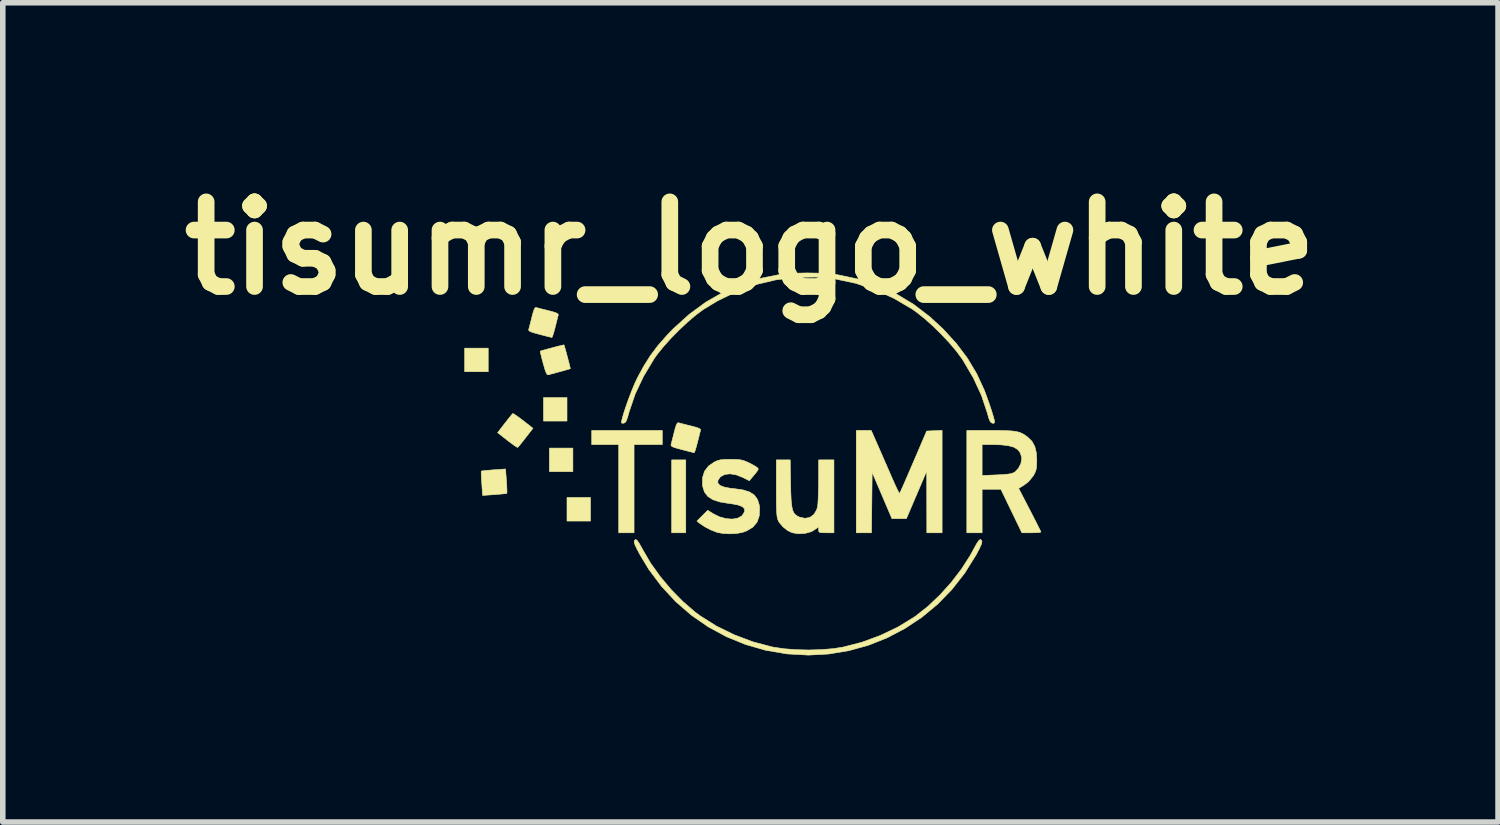
<source format=kicad_pcb>
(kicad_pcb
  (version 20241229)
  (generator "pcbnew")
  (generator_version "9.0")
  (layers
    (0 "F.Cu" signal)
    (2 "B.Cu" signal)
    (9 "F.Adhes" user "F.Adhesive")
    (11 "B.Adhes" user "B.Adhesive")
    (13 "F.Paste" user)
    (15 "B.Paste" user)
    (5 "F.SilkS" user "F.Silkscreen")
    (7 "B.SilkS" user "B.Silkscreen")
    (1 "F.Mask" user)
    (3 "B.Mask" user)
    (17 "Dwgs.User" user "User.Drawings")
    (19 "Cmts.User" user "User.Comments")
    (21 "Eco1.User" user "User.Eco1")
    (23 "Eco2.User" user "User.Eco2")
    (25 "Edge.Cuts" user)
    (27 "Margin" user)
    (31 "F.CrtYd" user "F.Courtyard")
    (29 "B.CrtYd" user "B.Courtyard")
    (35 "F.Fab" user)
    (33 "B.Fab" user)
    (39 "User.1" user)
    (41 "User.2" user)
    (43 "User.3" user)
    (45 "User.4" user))
  (footprint "tisumr_logo_white"
    (layer "F.Cu")
    (at 10.458 5.228)
    (property "Reference" "tisumr_logo_white" (at 0 -3.81 0) (layer "F.SilkS") (effects (font (size 1.524 1.524) (thickness 0.3))))
    (attr through_hole)
    (fp_poly (pts (xy -4.72 -1.587) (xy -5.144 -1.587) (xy -5.144 -2.011) (xy -4.72 -2.011) (xy -4.72 -1.587)) (stroke (width 0.01) (type solid)) (fill yes) (layer "F.SilkS"))
    (fp_poly (pts (xy -3.302 -0.699) (xy -3.725 -0.699) (xy -3.725 -1.122) (xy -3.302 -1.122) (xy -3.302 -0.699)) (stroke (width 0.01) (type solid)) (fill yes) (layer "F.SilkS"))
    (fp_poly (pts (xy -3.196 0.212) (xy -3.619 0.212) (xy -3.619 -0.212) (xy -3.196 -0.212) (xy -3.196 0.212)) (stroke (width 0.01) (type solid)) (fill yes) (layer "F.SilkS"))
    (fp_poly (pts (xy -2.879 1.101) (xy -3.302 1.101) (xy -3.302 0.677) (xy -2.879 0.677) (xy -2.879 1.101)) (stroke (width 0.01) (type solid)) (fill yes) (layer "F.SilkS"))
    (fp_poly (pts (xy -1.164 1.312) (xy -1.418 1.312) (xy -1.418 0) (xy -1.164 0) (xy -1.164 1.312)) (stroke (width 0.01) (type solid)) (fill yes) (layer "F.SilkS"))
    (fp_poly (pts (xy -1.587 -0.275) (xy -2.095 -0.275) (xy -2.095 1.312) (xy -2.371 1.312) (xy -2.371 -0.275) (xy -2.857 -0.275) (xy -2.857 -0.529) (xy -1.587 -0.529) (xy -1.587 -0.275)) (stroke (width 0.01) (type solid)) (fill yes) (layer "F.SilkS"))
    (fp_poly (pts (xy -4.392 0.38) (xy -4.386 0.47) (xy -4.383 0.544) (xy -4.383 0.59) (xy -4.384 0.602) (xy -4.407 0.607) (xy -4.463 0.613) (xy -4.543 0.62) (xy -4.607 0.625) (xy -4.821 0.64) (xy -4.836 0.425) (xy -4.842 0.334) (xy -4.845 0.261) (xy -4.846 0.214) (xy -4.844 0.202) (xy -4.821 0.197) (xy -4.765 0.191) (xy -4.686 0.184) (xy -4.622 0.179) (xy -4.408 0.164) (xy -4.392 0.38)) (stroke (width 0.01) (type solid)) (fill yes) (layer "F.SilkS"))
    (fp_poly (pts (xy -4.257 -0.826) (xy -4.211 -0.795) (xy -4.146 -0.749) (xy -4.09 -0.706) (xy -3.915 -0.569) (xy -4.046 -0.4) (xy -4.102 -0.328) (xy -4.149 -0.27) (xy -4.18 -0.233) (xy -4.189 -0.224) (xy -4.21 -0.233) (xy -4.256 -0.263) (xy -4.32 -0.31) (xy -4.376 -0.353) (xy -4.551 -0.49) (xy -4.421 -0.658) (xy -4.365 -0.73) (xy -4.318 -0.788) (xy -4.287 -0.825) (xy -4.278 -0.835) (xy -4.257 -0.826)) (stroke (width 0.01) (type solid)) (fill yes) (layer "F.SilkS"))
    (fp_poly (pts (xy -3.348 -2.045) (xy -3.332 -1.991) (xy -3.312 -1.919) (xy -3.291 -1.839) (xy -3.27 -1.76) (xy -3.254 -1.695) (xy -3.244 -1.652) (xy -3.243 -1.641) (xy -3.265 -1.634) (xy -3.318 -1.619) (xy -3.392 -1.598) (xy -3.429 -1.588) (xy -3.514 -1.565) (xy -3.585 -1.546) (xy -3.632 -1.533) (xy -3.641 -1.531) (xy -3.658 -1.537) (xy -3.677 -1.568) (xy -3.7 -1.63) (xy -3.728 -1.728) (xy -3.731 -1.738) (xy -3.755 -1.827) (xy -3.772 -1.898) (xy -3.783 -1.944) (xy -3.784 -1.957) (xy -3.759 -1.966) (xy -3.705 -1.981) (xy -3.633 -2.001) (xy -3.553 -2.022) (xy -3.475 -2.043) (xy -3.409 -2.059) (xy -3.367 -2.069) (xy -3.356 -2.07) (xy -3.348 -2.045)) (stroke (width 0.01) (type solid)) (fill yes) (layer "F.SilkS"))
    (fp_poly (pts (xy 3.45 1.312) (xy 3.175 1.312) (xy 3.173 0.201) (xy 2.807 1.058) (xy 2.547 1.058) (xy 2.369 0.641) (xy 2.191 0.224) (xy 2.185 0.768) (xy 2.179 1.312) (xy 1.905 1.312) (xy 1.905 -0.529) (xy 2.175 -0.529) (xy 2.312 -0.217) (xy 2.371 -0.083) (xy 2.435 0.064) (xy 2.498 0.208) (xy 2.552 0.332) (xy 2.562 0.355) (xy 2.604 0.449) (xy 2.64 0.526) (xy 2.668 0.58) (xy 2.683 0.603) (xy 2.685 0.603) (xy 2.696 0.581) (xy 2.721 0.526) (xy 2.759 0.441) (xy 2.806 0.333) (xy 2.861 0.206) (xy 2.922 0.064) (xy 2.934 0.037) (xy 3.172 -0.519) (xy 3.311 -0.525) (xy 3.45 -0.531) (xy 3.45 1.312)) (stroke (width 0.01) (type solid)) (fill yes) (layer "F.SilkS"))
    (fp_poly (pts (xy -3.855 -2.743) (xy -3.82 -2.733) (xy -3.755 -2.716) (xy -3.672 -2.696) (xy -3.635 -2.686) (xy -3.545 -2.662) (xy -3.489 -2.643) (xy -3.463 -2.626) (xy -3.459 -2.608) (xy -3.459 -2.606) (xy -3.469 -2.571) (xy -3.485 -2.506) (xy -3.506 -2.423) (xy -3.515 -2.387) (xy -3.537 -2.305) (xy -3.556 -2.243) (xy -3.57 -2.208) (xy -3.574 -2.203) (xy -3.599 -2.209) (xy -3.656 -2.223) (xy -3.735 -2.243) (xy -3.795 -2.259) (xy -3.891 -2.285) (xy -3.952 -2.305) (xy -3.984 -2.323) (xy -3.993 -2.34) (xy -3.991 -2.347) (xy -3.982 -2.382) (xy -3.965 -2.447) (xy -3.944 -2.53) (xy -3.935 -2.567) (xy -3.911 -2.657) (xy -3.892 -2.712) (xy -3.875 -2.739) (xy -3.857 -2.743) (xy -3.855 -2.743)) (stroke (width 0.01) (type solid)) (fill yes) (layer "F.SilkS"))
    (fp_poly (pts (xy -1.294 -0.668) (xy -1.259 -0.659) (xy -1.194 -0.642) (xy -1.111 -0.621) (xy -1.074 -0.612) (xy -0.983 -0.588) (xy -0.928 -0.569) (xy -0.902 -0.552) (xy -0.898 -0.533) (xy -0.898 -0.532) (xy -0.908 -0.497) (xy -0.924 -0.432) (xy -0.945 -0.349) (xy -0.954 -0.312) (xy -0.976 -0.231) (xy -0.995 -0.168) (xy -1.009 -0.133) (xy -1.013 -0.129) (xy -1.038 -0.135) (xy -1.095 -0.149) (xy -1.173 -0.169) (xy -1.234 -0.185) (xy -1.33 -0.211) (xy -1.391 -0.231) (xy -1.422 -0.249) (xy -1.431 -0.266) (xy -1.43 -0.272) (xy -1.421 -0.308) (xy -1.404 -0.373) (xy -1.383 -0.455) (xy -1.374 -0.493) (xy -1.35 -0.583) (xy -1.331 -0.638) (xy -1.314 -0.664) (xy -1.295 -0.669) (xy -1.294 -0.668)) (stroke (width 0.01) (type solid)) (fill yes) (layer "F.SilkS"))
    (fp_poly (pts (xy 0.723 0.429) (xy 0.727 0.596) (xy 0.733 0.726) (xy 0.743 0.824) (xy 0.757 0.897) (xy 0.778 0.949) (xy 0.807 0.985) (xy 0.845 1.012) (xy 0.883 1.03) (xy 0.982 1.052) (xy 1.07 1.035) (xy 1.142 0.983) (xy 1.192 0.899) (xy 1.208 0.842) (xy 1.214 0.791) (xy 1.219 0.707) (xy 1.223 0.598) (xy 1.226 0.474) (xy 1.227 0.376) (xy 1.228 0) (xy 1.503 0) (xy 1.503 1.312) (xy 1.365 1.312) (xy 1.291 1.311) (xy 1.25 1.306) (xy 1.232 1.293) (xy 1.228 1.268) (xy 1.228 1.256) (xy 1.225 1.218) (xy 1.211 1.216) (xy 1.19 1.234) (xy 1.099 1.291) (xy 0.985 1.323) (xy 0.861 1.33) (xy 0.751 1.311) (xy 0.67 1.272) (xy 0.588 1.207) (xy 0.522 1.131) (xy 0.5 1.093) (xy 0.489 1.063) (xy 0.48 1.024) (xy 0.474 0.969) (xy 0.47 0.894) (xy 0.467 0.792) (xy 0.466 0.658) (xy 0.466 0.51) (xy 0.466 0) (xy 0.716 0) (xy 0.723 0.429)) (stroke (width 0.01) (type solid)) (fill yes) (layer "F.SilkS"))
    (fp_poly (pts (xy 4.491 -0.529) (xy 4.618 -0.526) (xy 4.715 -0.52) (xy 4.791 -0.509) (xy 4.851 -0.493) (xy 4.902 -0.47) (xy 4.952 -0.438) (xy 4.989 -0.411) (xy 5.068 -0.334) (xy 5.119 -0.241) (xy 5.147 -0.124) (xy 5.154 0) (xy 5.152 0.094) (xy 5.146 0.159) (xy 5.13 0.212) (xy 5.103 0.266) (xy 5.094 0.283) (xy 5.009 0.389) (xy 4.931 0.449) (xy 4.828 0.513) (xy 5.028 0.899) (xy 5.088 1.015) (xy 5.141 1.119) (xy 5.184 1.205) (xy 5.214 1.265) (xy 5.228 1.296) (xy 5.228 1.298) (xy 5.209 1.305) (xy 5.157 1.31) (xy 5.083 1.312) (xy 5.057 1.312) (xy 4.886 1.312) (xy 4.697 0.921) (xy 4.508 0.529) (xy 4.17 0.529) (xy 4.17 1.312) (xy 3.895 1.312) (xy 3.895 -0.275) (xy 4.17 -0.275) (xy 4.17 0.281) (xy 4.437 0.27) (xy 4.555 0.264) (xy 4.639 0.256) (xy 4.697 0.246) (xy 4.737 0.231) (xy 4.76 0.218) (xy 4.825 0.15) (xy 4.869 0.063) (xy 4.883 -0.025) (xy 4.88 -0.054) (xy 4.855 -0.13) (xy 4.81 -0.187) (xy 4.741 -0.229) (xy 4.642 -0.256) (xy 4.51 -0.271) (xy 4.357 -0.275) (xy 4.17 -0.275) (xy 3.895 -0.275) (xy 3.895 -0.529) (xy 4.329 -0.529) (xy 4.491 -0.529)) (stroke (width 0.01) (type solid)) (fill yes) (layer "F.SilkS"))
    (fp_poly (pts (xy 4.141 1.433) (xy 4.162 1.449) (xy 4.167 1.478) (xy 4.153 1.527) (xy 4.12 1.6) (xy 4.066 1.702) (xy 4.058 1.716) (xy 3.857 2.038) (xy 3.626 2.333) (xy 3.368 2.598) (xy 3.086 2.832) (xy 2.782 3.034) (xy 2.46 3.203) (xy 2.123 3.337) (xy 1.772 3.434) (xy 1.41 3.494) (xy 1.042 3.514) (xy 0.668 3.493) (xy 0.649 3.491) (xy 0.274 3.427) (xy -0.088 3.323) (xy -0.433 3.182) (xy -0.76 3.005) (xy -1.065 2.794) (xy -1.346 2.55) (xy -1.601 2.275) (xy -1.829 1.971) (xy -1.983 1.716) (xy -2.04 1.61) (xy -2.076 1.534) (xy -2.092 1.483) (xy -2.089 1.452) (xy -2.07 1.434) (xy -2.067 1.433) (xy -2.043 1.446) (xy -2.005 1.498) (xy -1.953 1.589) (xy -1.939 1.616) (xy -1.798 1.857) (xy -1.625 2.099) (xy -1.429 2.333) (xy -1.217 2.549) (xy -0.999 2.737) (xy -0.904 2.808) (xy -0.613 2.991) (xy -0.295 3.147) (xy 0.038 3.273) (xy 0.376 3.363) (xy 0.408 3.37) (xy 0.6 3.399) (xy 0.818 3.416) (xy 1.05 3.422) (xy 1.28 3.415) (xy 1.497 3.397) (xy 1.666 3.37) (xy 2.005 3.283) (xy 2.339 3.16) (xy 2.658 3.007) (xy 2.952 2.827) (xy 2.978 2.808) (xy 3.196 2.636) (xy 3.412 2.431) (xy 3.616 2.204) (xy 3.8 1.964) (xy 3.956 1.721) (xy 4.013 1.616) (xy 4.068 1.515) (xy 4.109 1.454) (xy 4.137 1.432) (xy 4.141 1.433)) (stroke (width 0.01) (type solid)) (fill yes) (layer "F.SilkS"))
    (fp_poly (pts (xy -0.258 -0.008) (xy -0.183 -0.002) (xy -0.123 0.012) (xy -0.063 0.036) (xy -0.042 0.045) (xy 0.028 0.081) (xy 0.087 0.114) (xy 0.115 0.133) (xy 0.136 0.151) (xy 0.14 0.171) (xy 0.123 0.201) (xy 0.084 0.251) (xy 0.068 0.27) (xy -0.02 0.375) (xy -0.14 0.315) (xy -0.257 0.269) (xy -0.367 0.251) (xy -0.462 0.262) (xy -0.535 0.301) (xy -0.541 0.306) (xy -0.584 0.366) (xy -0.587 0.417) (xy -0.549 0.459) (xy -0.471 0.49) (xy -0.355 0.512) (xy -0.299 0.517) (xy -0.14 0.539) (xy -0.019 0.576) (xy 0.069 0.633) (xy 0.127 0.712) (xy 0.159 0.814) (xy 0.165 0.874) (xy 0.158 1.011) (xy 0.118 1.123) (xy 0.043 1.211) (xy -0.067 1.277) (xy -0.14 1.304) (xy -0.245 1.324) (xy -0.368 1.331) (xy -0.491 1.325) (xy -0.595 1.306) (xy -0.603 1.304) (xy -0.714 1.26) (xy -0.825 1.202) (xy -0.91 1.145) (xy -0.963 1.102) (xy -0.866 1.005) (xy -0.769 0.907) (xy -0.665 0.972) (xy -0.555 1.026) (xy -0.441 1.057) (xy -0.331 1.066) (xy -0.235 1.051) (xy -0.161 1.013) (xy -0.143 0.994) (xy -0.106 0.932) (xy -0.107 0.881) (xy -0.147 0.841) (xy -0.225 0.811) (xy -0.344 0.789) (xy -0.388 0.784) (xy -0.551 0.757) (xy -0.677 0.716) (xy -0.768 0.657) (xy -0.828 0.578) (xy -0.859 0.478) (xy -0.863 0.454) (xy -0.862 0.318) (xy -0.826 0.204) (xy -0.754 0.11) (xy -0.648 0.037) (xy -0.596 0.014) (xy -0.54 -0.001) (xy -0.466 -0.008) (xy -0.363 -0.01) (xy -0.36 -0.01) (xy -0.258 -0.008)) (stroke (width 0.01) (type solid)) (fill yes) (layer "F.SilkS"))
    (fp_poly (pts (xy 1.204 -3.362) (xy 1.382 -3.353) (xy 1.535 -3.338) (xy 1.566 -3.333) (xy 1.941 -3.254) (xy 2.293 -3.139) (xy 2.624 -2.988) (xy 2.938 -2.799) (xy 3.235 -2.571) (xy 3.462 -2.361) (xy 3.702 -2.1) (xy 3.904 -1.833) (xy 4.072 -1.552) (xy 4.212 -1.25) (xy 4.296 -1.018) (xy 4.339 -0.889) (xy 4.368 -0.794) (xy 4.386 -0.729) (xy 4.394 -0.688) (xy 4.391 -0.667) (xy 4.38 -0.659) (xy 4.36 -0.66) (xy 4.358 -0.66) (xy 4.333 -0.67) (xy 4.313 -0.695) (xy 4.292 -0.746) (xy 4.268 -0.828) (xy 4.263 -0.847) (xy 4.158 -1.162) (xy 4.011 -1.479) (xy 3.824 -1.797) (xy 3.808 -1.821) (xy 3.71 -1.954) (xy 3.586 -2.101) (xy 3.444 -2.253) (xy 3.293 -2.402) (xy 3.142 -2.538) (xy 2.999 -2.652) (xy 2.922 -2.708) (xy 2.588 -2.905) (xy 2.244 -3.062) (xy 1.892 -3.179) (xy 1.535 -3.255) (xy 1.174 -3.291) (xy 0.813 -3.286) (xy 0.453 -3.24) (xy 0.097 -3.155) (xy -0.253 -3.028) (xy -0.595 -2.861) (xy -0.848 -2.708) (xy -0.98 -2.61) (xy -1.127 -2.485) (xy -1.279 -2.343) (xy -1.428 -2.192) (xy -1.564 -2.041) (xy -1.679 -1.899) (xy -1.734 -1.821) (xy -1.924 -1.504) (xy -2.074 -1.187) (xy -2.182 -0.871) (xy -2.189 -0.847) (xy -2.214 -0.758) (xy -2.235 -0.702) (xy -2.255 -0.673) (xy -2.279 -0.661) (xy -2.283 -0.66) (xy -2.315 -0.66) (xy -2.322 -0.682) (xy -2.316 -0.713) (xy -2.288 -0.818) (xy -2.246 -0.948) (xy -2.195 -1.092) (xy -2.14 -1.236) (xy -2.085 -1.369) (xy -2.036 -1.474) (xy -1.92 -1.688) (xy -1.799 -1.88) (xy -1.663 -2.06) (xy -1.504 -2.241) (xy -1.388 -2.361) (xy -1.102 -2.62) (xy -0.802 -2.84) (xy -0.485 -3.021) (xy -0.149 -3.165) (xy 0.207 -3.273) (xy 0.508 -3.333) (xy 0.653 -3.35) (xy 0.826 -3.361) (xy 1.014 -3.365) (xy 1.204 -3.362)) (stroke (width 0.01) (type solid)) (fill yes) (layer "F.SilkS")))
  (gr_rect
    (start -3 -3)
    (end 23.915 11.747)
    (stroke (width 0.1) (type default))
    (fill no)
    (layer "Edge.Cuts")))
</source>
